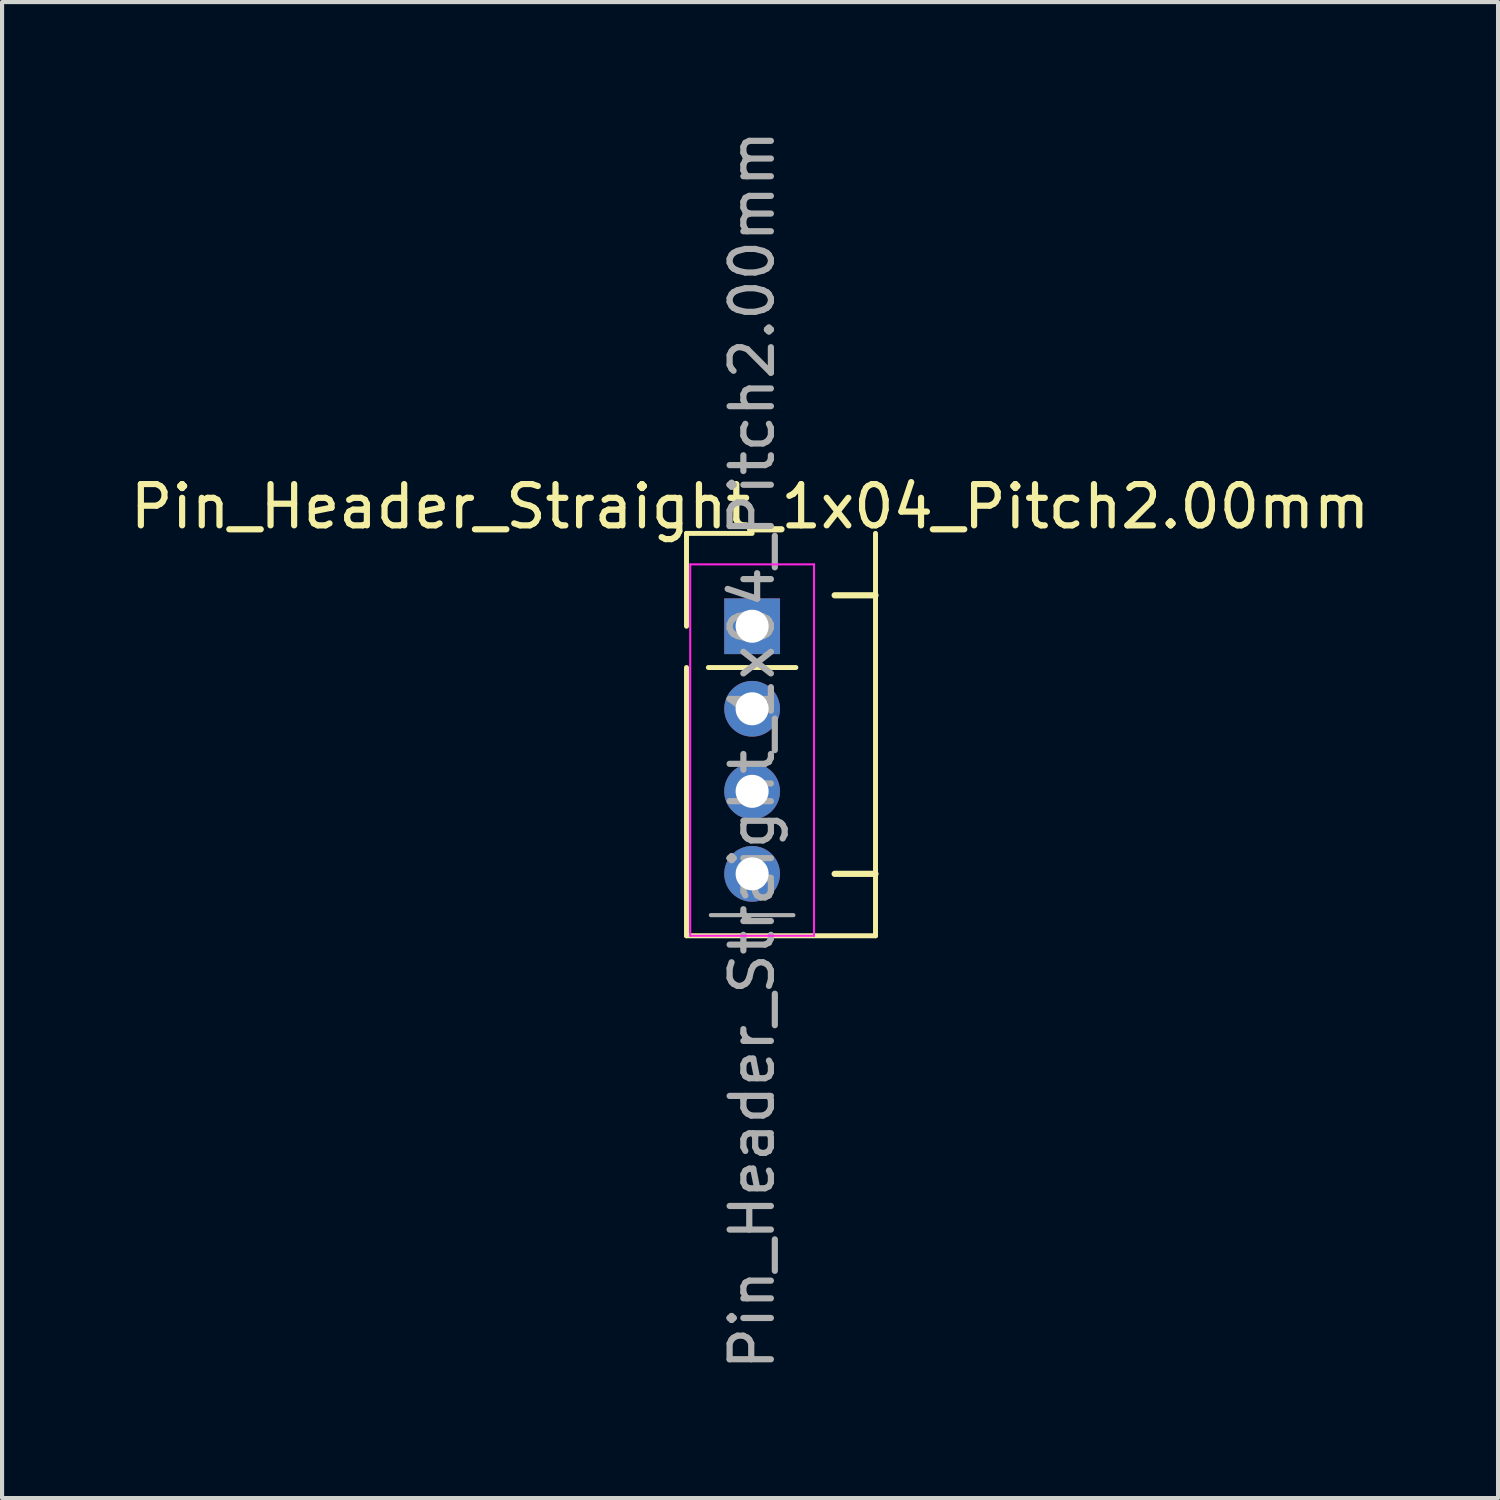
<source format=kicad_pcb>
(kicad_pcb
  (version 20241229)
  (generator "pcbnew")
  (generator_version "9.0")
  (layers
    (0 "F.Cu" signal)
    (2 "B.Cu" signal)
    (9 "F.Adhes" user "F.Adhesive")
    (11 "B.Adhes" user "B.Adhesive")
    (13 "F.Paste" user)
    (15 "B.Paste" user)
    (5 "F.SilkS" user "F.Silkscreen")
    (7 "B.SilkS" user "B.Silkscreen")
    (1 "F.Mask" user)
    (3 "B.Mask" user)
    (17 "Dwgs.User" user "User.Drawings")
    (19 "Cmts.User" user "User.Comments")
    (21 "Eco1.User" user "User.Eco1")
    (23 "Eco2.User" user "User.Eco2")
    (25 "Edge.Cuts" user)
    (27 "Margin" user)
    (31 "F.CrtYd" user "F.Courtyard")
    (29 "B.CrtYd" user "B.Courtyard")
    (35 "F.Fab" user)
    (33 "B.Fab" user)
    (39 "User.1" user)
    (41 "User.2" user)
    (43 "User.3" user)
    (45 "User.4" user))
  (footprint "Pin_Header_Straight_1x04_Pitch2.00mm"
    (layer "F.Cu")
    (at 15.175 12.125)
    (property "Reference" "Pin_Header_Straight_1x04_Pitch2.00mm" (at -0.05 -2.9 0) (layer "F.SilkS") (effects (font (size 1 1) (thickness 0.15))))
    (attr through_hole)
    (fp_line (start -1.59 -2.25) (end 0 -2.25) (stroke (width 0.12) (type solid)) (layer "F.SilkS"))
    (fp_line (start -1.59 0) (end -1.59 -2.25) (stroke (width 0.12) (type solid)) (layer "F.SilkS"))
    (fp_line (start -1.59 1) (end -1.59 7.5) (stroke (width 0.12) (type solid)) (layer "F.SilkS"))
    (fp_line (start -1.59 7.5) (end 2.99 7.5) (stroke (width 0.12) (type solid)) (layer "F.SilkS"))
    (fp_line (start -1.06 1) (end 1.06 1) (stroke (width 0.12) (type solid)) (layer "F.SilkS"))
    (fp_line (start 2 -0.75) (end 2.99 -0.75) (stroke (width 0.15) (type solid)) (layer "F.SilkS"))
    (fp_line (start 2 6) (end 2.99 6) (stroke (width 0.15) (type solid)) (layer "F.SilkS"))
    (fp_line (start 2.99 -2.25) (end 2.99 7.5) (stroke (width 0.12) (type solid)) (layer "F.SilkS"))
    (fp_line (start -1.5 -1.5) (end -1.5 7.5) (stroke (width 0.05) (type solid)) (layer "F.CrtYd"))
    (fp_line (start -1.5 7.5) (end 1.5 7.5) (stroke (width 0.05) (type solid)) (layer "F.CrtYd"))
    (fp_line (start 1.5 -1.5) (end -1.5 -1.5) (stroke (width 0.05) (type solid)) (layer "F.CrtYd"))
    (fp_line (start 1.5 7.5) (end 1.5 -1.5) (stroke (width 0.05) (type solid)) (layer "F.CrtYd"))
    (fp_line (start 1 7) (end -1 7) (stroke (width 0.1) (type solid)) (layer "F.Fab"))
    (fp_text user "${REFERENCE}" (at 0 3 90) (layer "F.Fab") (effects (font (size 1 1) (thickness 0.15))))
    (pad "1" thru_hole rect (at 0 0) (size 1.35 1.35) (drill 0.8) (layers "*.Cu" "*.Mask"))
    (pad "2" thru_hole oval (at 0 2) (size 1.35 1.35) (drill 0.8) (layers "*.Cu" "*.Mask"))
    (pad "3" thru_hole oval (at 0 4) (size 1.35 1.35) (drill 0.8) (layers "*.Cu" "*.Mask"))
    (pad "4" thru_hole oval (at 0 6) (size 1.35 1.35) (drill 0.8) (layers "*.Cu" "*.Mask")))
  (gr_rect
    (start -3 -3)
    (end 33.25 33.25)
    (stroke (width 0.1) (type default))
    (fill no)
    (layer "Edge.Cuts")))
</source>
